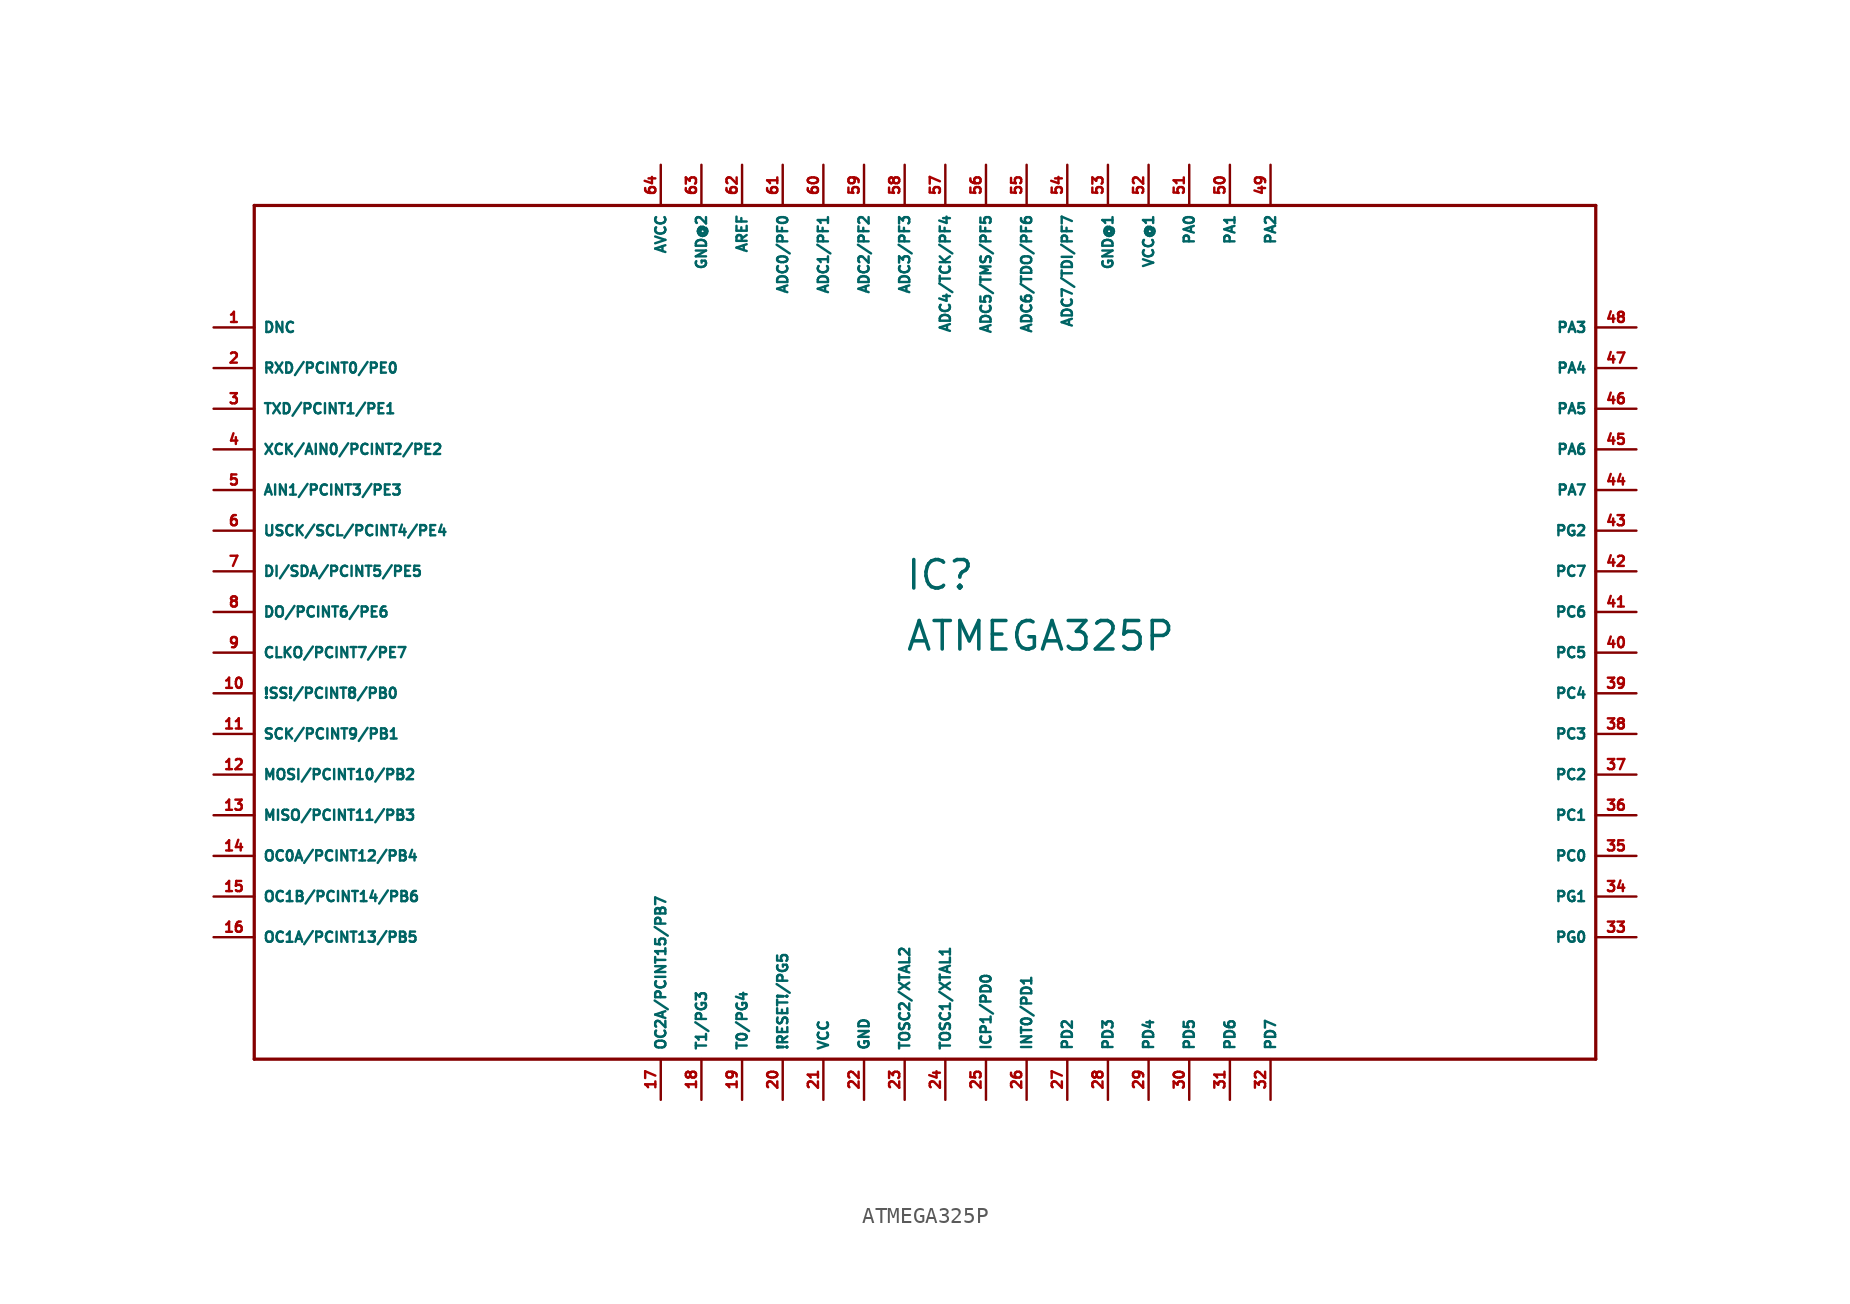
<source format=kicad_sym>
(kicad_symbol_lib
  (version 20220914)
  (generator Eagle2Kicad)
  (symbol "ATMEGA325P"
    (property "Reference" "IC"
      (at 0 1.27 0)
      (effects (font (size 1.778 1.778) (thickness 0.22)) (justify left bottom)))
    (property "Value" "ATMEGA325P"
      (at 0 -2.54 0)
      (effects (font (size 1.778 1.778) (thickness 0.22)) (justify left bottom)))
    (polyline
      (pts (xy -40.64 -27.94) (xy 43.18 -27.94))
      (stroke (width 0.203) (type default))
      (fill (type none)))
    (polyline
      (pts (xy 43.18 -27.94) (xy 43.18 25.4))
      (stroke (width 0.203) (type default))
      (fill (type none)))
    (polyline
      (pts (xy 43.18 25.4) (xy -40.64 25.4))
      (stroke (width 0.203) (type default))
      (fill (type none)))
    (polyline
      (pts (xy -40.64 25.4) (xy -40.64 -27.94))
      (stroke (width 0.203) (type default))
      (fill (type none)))
    (pin input line
      (at -43.18 17.78 0)
      (length 2.54)
      (name "DNC" (effects (font (size 0.635 0.635) (thickness 0.08)) (justify left bottom)))
      (number "1" (effects (font (size 0.635 0.635) (thickness 0.08)) (justify left bottom))))
    (pin bidirectional line
      (at -43.18 15.24 0)
      (length 2.54)
      (name "RXD/PCINT0/PE0" (effects (font (size 0.635 0.635) (thickness 0.08)) (justify left bottom)))
      (number "2" (effects (font (size 0.635 0.635) (thickness 0.08)) (justify left bottom))))
    (pin bidirectional line
      (at -43.18 12.7 0)
      (length 2.54)
      (name "TXD/PCINT1/PE1" (effects (font (size 0.635 0.635) (thickness 0.08)) (justify left bottom)))
      (number "3" (effects (font (size 0.635 0.635) (thickness 0.08)) (justify left bottom))))
    (pin bidirectional line
      (at -43.18 10.16 0)
      (length 2.54)
      (name "XCK/AIN0/PCINT2/PE2" (effects (font (size 0.635 0.635) (thickness 0.08)) (justify left bottom)))
      (number "4" (effects (font (size 0.635 0.635) (thickness 0.08)) (justify left bottom))))
    (pin bidirectional line
      (at -43.18 7.62 0)
      (length 2.54)
      (name "AIN1/PCINT3/PE3" (effects (font (size 0.635 0.635) (thickness 0.08)) (justify left bottom)))
      (number "5" (effects (font (size 0.635 0.635) (thickness 0.08)) (justify left bottom))))
    (pin bidirectional line
      (at -43.18 5.08 0)
      (length 2.54)
      (name "USCK/SCL/PCINT4/PE4" (effects (font (size 0.635 0.635) (thickness 0.08)) (justify left bottom)))
      (number "6" (effects (font (size 0.635 0.635) (thickness 0.08)) (justify left bottom))))
    (pin bidirectional line
      (at -43.18 2.54 0)
      (length 2.54)
      (name "DI/SDA/PCINT5/PE5" (effects (font (size 0.635 0.635) (thickness 0.08)) (justify left bottom)))
      (number "7" (effects (font (size 0.635 0.635) (thickness 0.08)) (justify left bottom))))
    (pin bidirectional line
      (at -43.18 0 0)
      (length 2.54)
      (name "DO/PCINT6/PE6" (effects (font (size 0.635 0.635) (thickness 0.08)) (justify left bottom)))
      (number "8" (effects (font (size 0.635 0.635) (thickness 0.08)) (justify left bottom))))
    (pin bidirectional line
      (at -43.18 -2.54 0)
      (length 2.54)
      (name "CLKO/PCINT7/PE7" (effects (font (size 0.635 0.635) (thickness 0.08)) (justify left bottom)))
      (number "9" (effects (font (size 0.635 0.635) (thickness 0.08)) (justify left bottom))))
    (pin bidirectional line
      (at -43.18 -5.08 0)
      (length 2.54)
      (name "!SS!/PCINT8/PB0" (effects (font (size 0.635 0.635) (thickness 0.08)) (justify left bottom)))
      (number "10" (effects (font (size 0.635 0.635) (thickness 0.08)) (justify left bottom))))
    (pin bidirectional line
      (at -43.18 -7.62 0)
      (length 2.54)
      (name "SCK/PCINT9/PB1" (effects (font (size 0.635 0.635) (thickness 0.08)) (justify left bottom)))
      (number "11" (effects (font (size 0.635 0.635) (thickness 0.08)) (justify left bottom))))
    (pin bidirectional line
      (at -43.18 -10.16 0)
      (length 2.54)
      (name "MOSI/PCINT10/PB2" (effects (font (size 0.635 0.635) (thickness 0.08)) (justify left bottom)))
      (number "12" (effects (font (size 0.635 0.635) (thickness 0.08)) (justify left bottom))))
    (pin bidirectional line
      (at -43.18 -12.7 0)
      (length 2.54)
      (name "MISO/PCINT11/PB3" (effects (font (size 0.635 0.635) (thickness 0.08)) (justify left bottom)))
      (number "13" (effects (font (size 0.635 0.635) (thickness 0.08)) (justify left bottom))))
    (pin bidirectional line
      (at -43.18 -15.24 0)
      (length 2.54)
      (name "OC0A/PCINT12/PB4" (effects (font (size 0.635 0.635) (thickness 0.08)) (justify left bottom)))
      (number "14" (effects (font (size 0.635 0.635) (thickness 0.08)) (justify left bottom))))
    (pin bidirectional line
      (at -43.18 -17.78 0)
      (length 2.54)
      (name "OC1B/PCINT14/PB6" (effects (font (size 0.635 0.635) (thickness 0.08)) (justify left bottom)))
      (number "15" (effects (font (size 0.635 0.635) (thickness 0.08)) (justify left bottom))))
    (pin bidirectional line
      (at -43.18 -20.32 0)
      (length 2.54)
      (name "OC1A/PCINT13/PB5" (effects (font (size 0.635 0.635) (thickness 0.08)) (justify left bottom)))
      (number "16" (effects (font (size 0.635 0.635) (thickness 0.08)) (justify left bottom))))
    (pin bidirectional line
      (at -15.24 -30.48 90)
      (length 2.54)
      (name "OC2A/PCINT15/PB7" (effects (font (size 0.635 0.635) (thickness 0.08)) (justify left bottom)))
      (number "17" (effects (font (size 0.635 0.635) (thickness 0.08)) (justify left bottom))))
    (pin bidirectional line
      (at -12.7 -30.48 90)
      (length 2.54)
      (name "T1/PG3" (effects (font (size 0.635 0.635) (thickness 0.08)) (justify left bottom)))
      (number "18" (effects (font (size 0.635 0.635) (thickness 0.08)) (justify left bottom))))
    (pin bidirectional line
      (at -10.16 -30.48 90)
      (length 2.54)
      (name "T0/PG4" (effects (font (size 0.635 0.635) (thickness 0.08)) (justify left bottom)))
      (number "19" (effects (font (size 0.635 0.635) (thickness 0.08)) (justify left bottom))))
    (pin input line
      (at -7.62 -30.48 90)
      (length 2.54)
      (name "!RESET!/PG5" (effects (font (size 0.635 0.635) (thickness 0.08)) (justify left bottom)))
      (number "20" (effects (font (size 0.635 0.635) (thickness 0.08)) (justify left bottom))))
    (pin unspecified line
      (at -5.08 -30.48 90)
      (length 2.54)
      (name "VCC" (effects (font (size 0.635 0.635) (thickness 0.08)) (justify left bottom)))
      (number "21" (effects (font (size 0.635 0.635) (thickness 0.08)) (justify left bottom))))
    (pin unspecified line
      (at -2.54 -30.48 90)
      (length 2.54)
      (name "GND" (effects (font (size 0.635 0.635) (thickness 0.08)) (justify left bottom)))
      (number "22" (effects (font (size 0.635 0.635) (thickness 0.08)) (justify left bottom))))
    (pin output line
      (at 0 -30.48 90)
      (length 2.54)
      (name "TOSC2/XTAL2" (effects (font (size 0.635 0.635) (thickness 0.08)) (justify left bottom)))
      (number "23" (effects (font (size 0.635 0.635) (thickness 0.08)) (justify left bottom))))
    (pin input line
      (at 2.54 -30.48 90)
      (length 2.54)
      (name "TOSC1/XTAL1" (effects (font (size 0.635 0.635) (thickness 0.08)) (justify left bottom)))
      (number "24" (effects (font (size 0.635 0.635) (thickness 0.08)) (justify left bottom))))
    (pin bidirectional line
      (at 5.08 -30.48 90)
      (length 2.54)
      (name "ICP1/PD0" (effects (font (size 0.635 0.635) (thickness 0.08)) (justify left bottom)))
      (number "25" (effects (font (size 0.635 0.635) (thickness 0.08)) (justify left bottom))))
    (pin bidirectional line
      (at 7.62 -30.48 90)
      (length 2.54)
      (name "INT0/PD1" (effects (font (size 0.635 0.635) (thickness 0.08)) (justify left bottom)))
      (number "26" (effects (font (size 0.635 0.635) (thickness 0.08)) (justify left bottom))))
    (pin bidirectional line
      (at 10.16 -30.48 90)
      (length 2.54)
      (name "PD2" (effects (font (size 0.635 0.635) (thickness 0.08)) (justify left bottom)))
      (number "27" (effects (font (size 0.635 0.635) (thickness 0.08)) (justify left bottom))))
    (pin bidirectional line
      (at 12.7 -30.48 90)
      (length 2.54)
      (name "PD3" (effects (font (size 0.635 0.635) (thickness 0.08)) (justify left bottom)))
      (number "28" (effects (font (size 0.635 0.635) (thickness 0.08)) (justify left bottom))))
    (pin bidirectional line
      (at 15.24 -30.48 90)
      (length 2.54)
      (name "PD4" (effects (font (size 0.635 0.635) (thickness 0.08)) (justify left bottom)))
      (number "29" (effects (font (size 0.635 0.635) (thickness 0.08)) (justify left bottom))))
    (pin bidirectional line
      (at 17.78 -30.48 90)
      (length 2.54)
      (name "PD5" (effects (font (size 0.635 0.635) (thickness 0.08)) (justify left bottom)))
      (number "30" (effects (font (size 0.635 0.635) (thickness 0.08)) (justify left bottom))))
    (pin bidirectional line
      (at 20.32 -30.48 90)
      (length 2.54)
      (name "PD6" (effects (font (size 0.635 0.635) (thickness 0.08)) (justify left bottom)))
      (number "31" (effects (font (size 0.635 0.635) (thickness 0.08)) (justify left bottom))))
    (pin bidirectional line
      (at 22.86 -30.48 90)
      (length 2.54)
      (name "PD7" (effects (font (size 0.635 0.635) (thickness 0.08)) (justify left bottom)))
      (number "32" (effects (font (size 0.635 0.635) (thickness 0.08)) (justify left bottom))))
    (pin bidirectional line
      (at 45.72 -20.32 180)
      (length 2.54)
      (name "PG0" (effects (font (size 0.635 0.635) (thickness 0.08)) (justify left bottom)))
      (number "33" (effects (font (size 0.635 0.635) (thickness 0.08)) (justify left bottom))))
    (pin bidirectional line
      (at 45.72 -17.78 180)
      (length 2.54)
      (name "PG1" (effects (font (size 0.635 0.635) (thickness 0.08)) (justify left bottom)))
      (number "34" (effects (font (size 0.635 0.635) (thickness 0.08)) (justify left bottom))))
    (pin bidirectional line
      (at 45.72 -15.24 180)
      (length 2.54)
      (name "PC0" (effects (font (size 0.635 0.635) (thickness 0.08)) (justify left bottom)))
      (number "35" (effects (font (size 0.635 0.635) (thickness 0.08)) (justify left bottom))))
    (pin bidirectional line
      (at 45.72 -12.7 180)
      (length 2.54)
      (name "PC1" (effects (font (size 0.635 0.635) (thickness 0.08)) (justify left bottom)))
      (number "36" (effects (font (size 0.635 0.635) (thickness 0.08)) (justify left bottom))))
    (pin bidirectional line
      (at 45.72 -7.62 180)
      (length 2.54)
      (name "PC3" (effects (font (size 0.635 0.635) (thickness 0.08)) (justify left bottom)))
      (number "38" (effects (font (size 0.635 0.635) (thickness 0.08)) (justify left bottom))))
    (pin bidirectional line
      (at 45.72 -5.08 180)
      (length 2.54)
      (name "PC4" (effects (font (size 0.635 0.635) (thickness 0.08)) (justify left bottom)))
      (number "39" (effects (font (size 0.635 0.635) (thickness 0.08)) (justify left bottom))))
    (pin bidirectional line
      (at 45.72 -2.54 180)
      (length 2.54)
      (name "PC5" (effects (font (size 0.635 0.635) (thickness 0.08)) (justify left bottom)))
      (number "40" (effects (font (size 0.635 0.635) (thickness 0.08)) (justify left bottom))))
    (pin bidirectional line
      (at 45.72 0 180)
      (length 2.54)
      (name "PC6" (effects (font (size 0.635 0.635) (thickness 0.08)) (justify left bottom)))
      (number "41" (effects (font (size 0.635 0.635) (thickness 0.08)) (justify left bottom))))
    (pin bidirectional line
      (at 45.72 2.54 180)
      (length 2.54)
      (name "PC7" (effects (font (size 0.635 0.635) (thickness 0.08)) (justify left bottom)))
      (number "42" (effects (font (size 0.635 0.635) (thickness 0.08)) (justify left bottom))))
    (pin bidirectional line
      (at 45.72 5.08 180)
      (length 2.54)
      (name "PG2" (effects (font (size 0.635 0.635) (thickness 0.08)) (justify left bottom)))
      (number "43" (effects (font (size 0.635 0.635) (thickness 0.08)) (justify left bottom))))
    (pin bidirectional line
      (at 45.72 -10.16 180)
      (length 2.54)
      (name "PC2" (effects (font (size 0.635 0.635) (thickness 0.08)) (justify left bottom)))
      (number "37" (effects (font (size 0.635 0.635) (thickness 0.08)) (justify left bottom))))
    (pin bidirectional line
      (at 45.72 7.62 180)
      (length 2.54)
      (name "PA7" (effects (font (size 0.635 0.635) (thickness 0.08)) (justify left bottom)))
      (number "44" (effects (font (size 0.635 0.635) (thickness 0.08)) (justify left bottom))))
    (pin bidirectional line
      (at 45.72 10.16 180)
      (length 2.54)
      (name "PA6" (effects (font (size 0.635 0.635) (thickness 0.08)) (justify left bottom)))
      (number "45" (effects (font (size 0.635 0.635) (thickness 0.08)) (justify left bottom))))
    (pin bidirectional line
      (at 45.72 12.7 180)
      (length 2.54)
      (name "PA5" (effects (font (size 0.635 0.635) (thickness 0.08)) (justify left bottom)))
      (number "46" (effects (font (size 0.635 0.635) (thickness 0.08)) (justify left bottom))))
    (pin bidirectional line
      (at 45.72 15.24 180)
      (length 2.54)
      (name "PA4" (effects (font (size 0.635 0.635) (thickness 0.08)) (justify left bottom)))
      (number "47" (effects (font (size 0.635 0.635) (thickness 0.08)) (justify left bottom))))
    (pin bidirectional line
      (at 45.72 17.78 180)
      (length 2.54)
      (name "PA3" (effects (font (size 0.635 0.635) (thickness 0.08)) (justify left bottom)))
      (number "48" (effects (font (size 0.635 0.635) (thickness 0.08)) (justify left bottom))))
    (pin bidirectional line
      (at 22.86 27.94 270)
      (length 2.54)
      (name "PA2" (effects (font (size 0.635 0.635) (thickness 0.08)) (justify left bottom)))
      (number "49" (effects (font (size 0.635 0.635) (thickness 0.08)) (justify left bottom))))
    (pin bidirectional line
      (at 20.32 27.94 270)
      (length 2.54)
      (name "PA1" (effects (font (size 0.635 0.635) (thickness 0.08)) (justify left bottom)))
      (number "50" (effects (font (size 0.635 0.635) (thickness 0.08)) (justify left bottom))))
    (pin bidirectional line
      (at 17.78 27.94 270)
      (length 2.54)
      (name "PA0" (effects (font (size 0.635 0.635) (thickness 0.08)) (justify left bottom)))
      (number "51" (effects (font (size 0.635 0.635) (thickness 0.08)) (justify left bottom))))
    (pin unspecified line
      (at 15.24 27.94 270)
      (length 2.54)
      (name "VCC@1" (effects (font (size 0.635 0.635) (thickness 0.08)) (justify left bottom)))
      (number "52" (effects (font (size 0.635 0.635) (thickness 0.08)) (justify left bottom))))
    (pin unspecified line
      (at 12.7 27.94 270)
      (length 2.54)
      (name "GND@1" (effects (font (size 0.635 0.635) (thickness 0.08)) (justify left bottom)))
      (number "53" (effects (font (size 0.635 0.635) (thickness 0.08)) (justify left bottom))))
    (pin bidirectional line
      (at 10.16 27.94 270)
      (length 2.54)
      (name "ADC7/TDI/PF7" (effects (font (size 0.635 0.635) (thickness 0.08)) (justify left bottom)))
      (number "54" (effects (font (size 0.635 0.635) (thickness 0.08)) (justify left bottom))))
    (pin bidirectional line
      (at 7.62 27.94 270)
      (length 2.54)
      (name "ADC6/TDO/PF6" (effects (font (size 0.635 0.635) (thickness 0.08)) (justify left bottom)))
      (number "55" (effects (font (size 0.635 0.635) (thickness 0.08)) (justify left bottom))))
    (pin bidirectional line
      (at 5.08 27.94 270)
      (length 2.54)
      (name "ADC5/TMS/PF5" (effects (font (size 0.635 0.635) (thickness 0.08)) (justify left bottom)))
      (number "56" (effects (font (size 0.635 0.635) (thickness 0.08)) (justify left bottom))))
    (pin bidirectional line
      (at 2.54 27.94 270)
      (length 2.54)
      (name "ADC4/TCK/PF4" (effects (font (size 0.635 0.635) (thickness 0.08)) (justify left bottom)))
      (number "57" (effects (font (size 0.635 0.635) (thickness 0.08)) (justify left bottom))))
    (pin bidirectional line
      (at 0 27.94 270)
      (length 2.54)
      (name "ADC3/PF3" (effects (font (size 0.635 0.635) (thickness 0.08)) (justify left bottom)))
      (number "58" (effects (font (size 0.635 0.635) (thickness 0.08)) (justify left bottom))))
    (pin bidirectional line
      (at -2.54 27.94 270)
      (length 2.54)
      (name "ADC2/PF2" (effects (font (size 0.635 0.635) (thickness 0.08)) (justify left bottom)))
      (number "59" (effects (font (size 0.635 0.635) (thickness 0.08)) (justify left bottom))))
    (pin bidirectional line
      (at -5.08 27.94 270)
      (length 2.54)
      (name "ADC1/PF1" (effects (font (size 0.635 0.635) (thickness 0.08)) (justify left bottom)))
      (number "60" (effects (font (size 0.635 0.635) (thickness 0.08)) (justify left bottom))))
    (pin bidirectional line
      (at -7.62 27.94 270)
      (length 2.54)
      (name "ADC0/PF0" (effects (font (size 0.635 0.635) (thickness 0.08)) (justify left bottom)))
      (number "61" (effects (font (size 0.635 0.635) (thickness 0.08)) (justify left bottom))))
    (pin input line
      (at -10.16 27.94 270)
      (length 2.54)
      (name "AREF" (effects (font (size 0.635 0.635) (thickness 0.08)) (justify left bottom)))
      (number "62" (effects (font (size 0.635 0.635) (thickness 0.08)) (justify left bottom))))
    (pin unspecified line
      (at -12.7 27.94 270)
      (length 2.54)
      (name "GND@2" (effects (font (size 0.635 0.635) (thickness 0.08)) (justify left bottom)))
      (number "63" (effects (font (size 0.635 0.635) (thickness 0.08)) (justify left bottom))))
    (pin unspecified line
      (at -15.24 27.94 270)
      (length 2.54)
      (name "AVCC" (effects (font (size 0.635 0.635) (thickness 0.08)) (justify left bottom)))
      (number "64" (effects (font (size 0.635 0.635) (thickness 0.08)) (justify left bottom))))))
</source>
